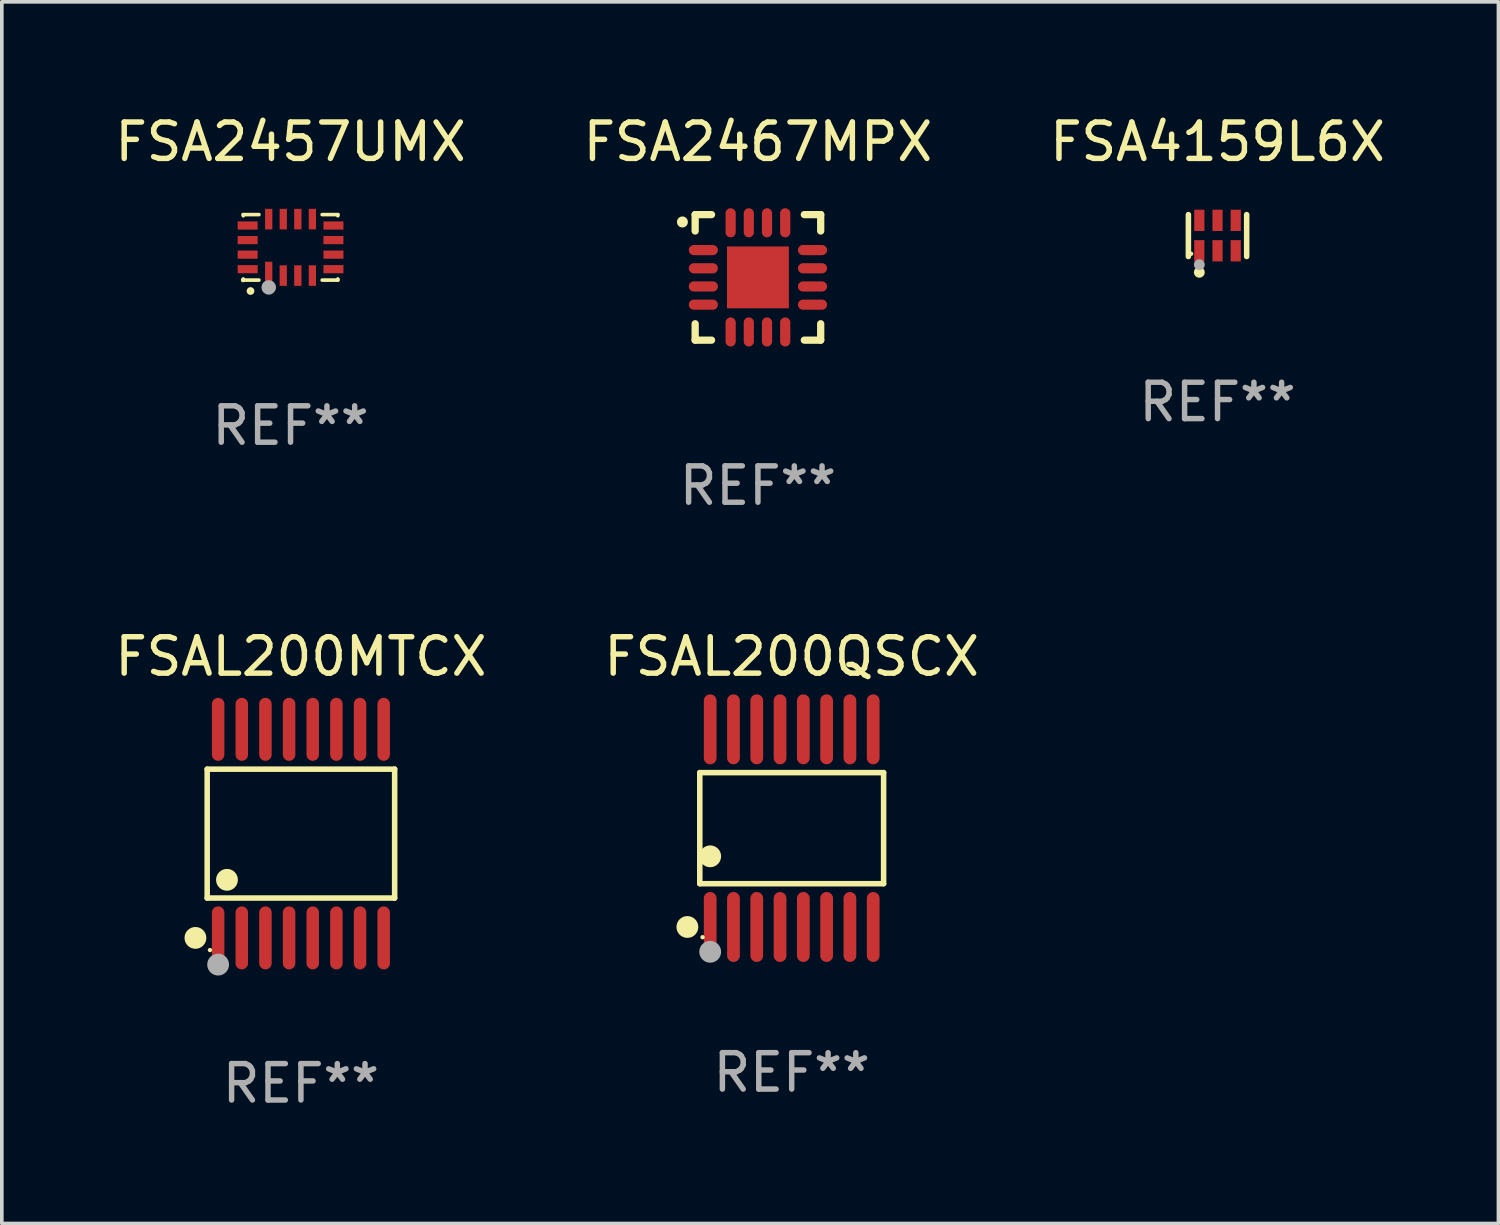
<source format=kicad_pcb>
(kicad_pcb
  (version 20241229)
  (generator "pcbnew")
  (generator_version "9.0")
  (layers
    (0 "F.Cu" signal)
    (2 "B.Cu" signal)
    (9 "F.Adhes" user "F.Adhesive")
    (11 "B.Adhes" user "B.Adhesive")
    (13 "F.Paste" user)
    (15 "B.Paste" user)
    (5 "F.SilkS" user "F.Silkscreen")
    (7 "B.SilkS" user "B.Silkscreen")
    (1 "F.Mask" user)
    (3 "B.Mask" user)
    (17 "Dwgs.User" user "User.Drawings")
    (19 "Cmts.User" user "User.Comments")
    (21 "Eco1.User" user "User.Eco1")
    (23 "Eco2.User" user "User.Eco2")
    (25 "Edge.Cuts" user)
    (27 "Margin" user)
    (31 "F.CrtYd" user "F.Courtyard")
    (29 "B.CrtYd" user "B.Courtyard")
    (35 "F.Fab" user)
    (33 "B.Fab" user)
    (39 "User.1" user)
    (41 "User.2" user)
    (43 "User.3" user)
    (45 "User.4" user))
  (footprint "FSAL200MTCX"
    (layer "F.Cu")
    (at 5.22 19.86)
    (property "Reference" "FSAL200MTCX" (at 0 -4.866 0) (layer "F.SilkS") (effects (font (size 1 1) (thickness 0.15))))
    (attr through_hole)
    (fp_line (start -2.576 -1.772) (end 2.576 -1.772) (stroke (width 0.152) (type solid)) (layer "F.SilkS"))
    (fp_line (start -2.576 1.771) (end -2.576 -1.772) (stroke (width 0.152) (type solid)) (layer "F.SilkS"))
    (fp_line (start 2.576 -1.772) (end 2.576 1.771) (stroke (width 0.152) (type solid)) (layer "F.SilkS"))
    (fp_line (start 2.576 1.771) (end -2.576 1.771) (stroke (width 0.152) (type solid)) (layer "F.SilkS"))
    (fp_circle (center -2.899 2.866) (end -2.749 2.866) (stroke (width 0.3) (type solid)) (fill no) (layer "F.SilkS"))
    (fp_circle (center -2.5 3.2) (end -2.47 3.2) (stroke (width 0.06) (type solid)) (fill no) (layer "F.SilkS"))
    (fp_circle (center -2.032 1.27) (end -1.882 1.27) (stroke (width 0.3) (type solid)) (fill no) (layer "F.SilkS"))
    (fp_circle (center -2.275 3.6) (end -2.125 3.6) (stroke (width 0.3) (type solid)) (fill no) (layer "F.Fab"))
    (fp_text user "REF**" (at 0 6.866 0) (layer "F.Fab") (effects (font (size 1 1) (thickness 0.15))))
    (pad "1" smd oval (at -2.275 2.866) (size 0.343 1.731) (layers "F.Cu" "F.Mask" "F.Paste"))
    (pad "2" smd oval (at -1.625 2.866) (size 0.343 1.731) (layers "F.Cu" "F.Mask" "F.Paste"))
    (pad "3" smd oval (at -0.975 2.866) (size 0.343 1.731) (layers "F.Cu" "F.Mask" "F.Paste"))
    (pad "4" smd oval (at -0.325 2.866) (size 0.343 1.731) (layers "F.Cu" "F.Mask" "F.Paste"))
    (pad "5" smd oval (at 0.325 2.866) (size 0.343 1.731) (layers "F.Cu" "F.Mask" "F.Paste"))
    (pad "6" smd oval (at 0.975 2.866) (size 0.343 1.731) (layers "F.Cu" "F.Mask" "F.Paste"))
    (pad "7" smd oval (at 1.625 2.866) (size 0.343 1.731) (layers "F.Cu" "F.Mask" "F.Paste"))
    (pad "8" smd oval (at 2.275 2.866) (size 0.343 1.731) (layers "F.Cu" "F.Mask" "F.Paste"))
    (pad "9" smd oval (at 2.275 -2.866) (size 0.343 1.731) (layers "F.Cu" "F.Mask" "F.Paste"))
    (pad "10" smd oval (at 1.625 -2.866) (size 0.343 1.731) (layers "F.Cu" "F.Mask" "F.Paste"))
    (pad "11" smd oval (at 0.975 -2.866) (size 0.343 1.731) (layers "F.Cu" "F.Mask" "F.Paste"))
    (pad "12" smd oval (at 0.325 -2.866) (size 0.343 1.731) (layers "F.Cu" "F.Mask" "F.Paste"))
    (pad "13" smd oval (at -0.325 -2.866) (size 0.343 1.731) (layers "F.Cu" "F.Mask" "F.Paste"))
    (pad "14" smd oval (at -0.975 -2.866) (size 0.343 1.731) (layers "F.Cu" "F.Mask" "F.Paste"))
    (pad "15" smd oval (at -1.625 -2.866) (size 0.343 1.731) (layers "F.Cu" "F.Mask" "F.Paste"))
    (pad "16" smd oval (at -2.275 -2.866) (size 0.343 1.731) (layers "F.Cu" "F.Mask" "F.Paste")))
  (footprint "FSA2467MPX"
    (layer "F.Cu")
    (at 17.78 4.573)
    (property "Reference" "FSA2467MPX" (at 0 -3.725 0) (layer "F.SilkS") (effects (font (size 1 1) (thickness 0.15))))
    (attr through_hole)
    (fp_line (start -1.725 -1.725) (end -1.275 -1.725) (stroke (width 0.2) (type solid)) (layer "F.SilkS"))
    (fp_line (start -1.725 -1.275) (end -1.725 -1.725) (stroke (width 0.2) (type solid)) (layer "F.SilkS"))
    (fp_line (start -1.725 1.725) (end -1.725 1.275) (stroke (width 0.2) (type solid)) (layer "F.SilkS"))
    (fp_line (start -1.275 1.725) (end -1.725 1.725) (stroke (width 0.2) (type solid)) (layer "F.SilkS"))
    (fp_line (start 1.275 -1.725) (end 1.725 -1.725) (stroke (width 0.2) (type solid)) (layer "F.SilkS"))
    (fp_line (start 1.275 1.725) (end 1.725 1.725) (stroke (width 0.2) (type solid)) (layer "F.SilkS"))
    (fp_line (start 1.725 -1.725) (end 1.725 -1.275) (stroke (width 0.2) (type solid)) (layer "F.SilkS"))
    (fp_line (start 1.725 1.725) (end 1.725 1.275) (stroke (width 0.2) (type solid)) (layer "F.SilkS"))
    (fp_arc (start -2.075184 -1.521463) (mid -2.075189 -1.522733) (end -2.075184 -1.524003) (stroke (width 0.3) (type solid)) (layer "F.SilkS"))
    (fp_text user "REF**" (at 0 5.725 0) (layer "F.Fab") (effects (font (size 1 1) (thickness 0.15))))
    (pad "1" smd oval (at -1.5 -0.75) (size 0.8 0.28) (layers "F.Cu" "F.Mask" "F.Paste"))
    (pad "2" smd oval (at -1.5 -0.25) (size 0.8 0.28) (layers "F.Cu" "F.Mask" "F.Paste"))
    (pad "3" smd oval (at -1.5 0.25) (size 0.8 0.28) (layers "F.Cu" "F.Mask" "F.Paste"))
    (pad "4" smd oval (at -1.5 0.75) (size 0.8 0.28) (layers "F.Cu" "F.Mask" "F.Paste"))
    (pad "5" smd oval (at -0.75 1.5) (size 0.28 0.8) (layers "F.Cu" "F.Mask" "F.Paste"))
    (pad "6" smd oval (at -0.25 1.5) (size 0.28 0.8) (layers "F.Cu" "F.Mask" "F.Paste"))
    (pad "7" smd oval (at 0.25 1.5) (size 0.28 0.8) (layers "F.Cu" "F.Mask" "F.Paste"))
    (pad "8" smd oval (at 0.75 1.5) (size 0.28 0.8) (layers "F.Cu" "F.Mask" "F.Paste"))
    (pad "9" smd oval (at 1.5 0.75) (size 0.8 0.28) (layers "F.Cu" "F.Mask" "F.Paste"))
    (pad "10" smd oval (at 1.5 0.25) (size 0.8 0.28) (layers "F.Cu" "F.Mask" "F.Paste"))
    (pad "11" smd oval (at 1.5 -0.25) (size 0.8 0.28) (layers "F.Cu" "F.Mask" "F.Paste"))
    (pad "12" smd oval (at 1.5 -0.75) (size 0.8 0.28) (layers "F.Cu" "F.Mask" "F.Paste"))
    (pad "13" smd oval (at 0.75 -1.5) (size 0.28 0.8) (layers "F.Cu" "F.Mask" "F.Paste"))
    (pad "14" smd oval (at 0.25 -1.5) (size 0.28 0.8) (layers "F.Cu" "F.Mask" "F.Paste"))
    (pad "15" smd oval (at -0.25 -1.5) (size 0.28 0.8) (layers "F.Cu" "F.Mask" "F.Paste"))
    (pad "16" smd oval (at -0.75 -1.5) (size 0.28 0.8) (layers "F.Cu" "F.Mask" "F.Paste"))
    (pad "17" smd rect (at 0.000076 0.000076) (size 1.7 1.7) (layers "F.Cu" "F.Mask" "F.Paste")))
  (footprint "FSAL200QSCX"
    (layer "F.Cu")
    (at 18.708 19.71)
    (property "Reference" "FSAL200QSCX" (at 0 -4.716 0) (layer "F.SilkS") (effects (font (size 1 1) (thickness 0.15))))
    (attr through_hole)
    (fp_line (start -2.526 -1.526) (end 2.526 -1.526) (stroke (width 0.152) (type solid)) (layer "F.SilkS"))
    (fp_line (start -2.526 1.526) (end -2.526 -1.526) (stroke (width 0.152) (type solid)) (layer "F.SilkS"))
    (fp_line (start 2.526 -1.526) (end 2.526 1.526) (stroke (width 0.152) (type solid)) (layer "F.SilkS"))
    (fp_line (start 2.526 1.526) (end -2.526 1.526) (stroke (width 0.152) (type solid)) (layer "F.SilkS"))
    (fp_circle (center -2.867 2.716) (end -2.717 2.716) (stroke (width 0.3) (type solid)) (fill no) (layer "F.SilkS"))
    (fp_circle (center -2.45 2.997) (end -2.42 2.997) (stroke (width 0.06) (type solid)) (fill no) (layer "F.SilkS"))
    (fp_circle (center -2.24 0.774) (end -2.09 0.774) (stroke (width 0.3) (type solid)) (fill no) (layer "F.SilkS"))
    (fp_circle (center -2.24 3.398) (end -2.09 3.398) (stroke (width 0.3) (type solid)) (fill no) (layer "F.Fab"))
    (fp_text user "REF**" (at 0 6.716 0) (layer "F.Fab") (effects (font (size 1 1) (thickness 0.15))))
    (pad "1" smd oval (at -2.24 2.716) (size 0.35 1.922) (layers "F.Cu" "F.Mask" "F.Paste"))
    (pad "2" smd oval (at -1.6 2.716) (size 0.35 1.922) (layers "F.Cu" "F.Mask" "F.Paste"))
    (pad "3" smd oval (at -0.96 2.716) (size 0.35 1.922) (layers "F.Cu" "F.Mask" "F.Paste"))
    (pad "4" smd oval (at -0.32 2.716) (size 0.35 1.922) (layers "F.Cu" "F.Mask" "F.Paste"))
    (pad "5" smd oval (at 0.32 2.716) (size 0.35 1.922) (layers "F.Cu" "F.Mask" "F.Paste"))
    (pad "6" smd oval (at 0.96 2.716) (size 0.35 1.922) (layers "F.Cu" "F.Mask" "F.Paste"))
    (pad "7" smd oval (at 1.6 2.716) (size 0.35 1.922) (layers "F.Cu" "F.Mask" "F.Paste"))
    (pad "8" smd oval (at 2.24 2.716) (size 0.35 1.922) (layers "F.Cu" "F.Mask" "F.Paste"))
    (pad "9" smd oval (at 2.24 -2.716) (size 0.35 1.922) (layers "F.Cu" "F.Mask" "F.Paste"))
    (pad "10" smd oval (at 1.6 -2.716) (size 0.35 1.922) (layers "F.Cu" "F.Mask" "F.Paste"))
    (pad "11" smd oval (at 0.96 -2.716) (size 0.35 1.922) (layers "F.Cu" "F.Mask" "F.Paste"))
    (pad "12" smd oval (at 0.32 -2.716) (size 0.35 1.922) (layers "F.Cu" "F.Mask" "F.Paste"))
    (pad "13" smd oval (at -0.32 -2.716) (size 0.35 1.922) (layers "F.Cu" "F.Mask" "F.Paste"))
    (pad "14" smd oval (at -0.96 -2.716) (size 0.35 1.922) (layers "F.Cu" "F.Mask" "F.Paste"))
    (pad "15" smd oval (at -1.6 -2.716) (size 0.35 1.922) (layers "F.Cu" "F.Mask" "F.Paste"))
    (pad "16" smd oval (at -2.24 -2.716) (size 0.35 1.922) (layers "F.Cu" "F.Mask" "F.Paste")))
  (footprint "FSA4159L6X"
    (layer "F.Cu")
    (at 30.411 3.424)
    (property "Reference" "FSA4159L6X" (at 0 -2.576 0) (layer "F.SilkS") (effects (font (size 1 1) (thickness 0.15))))
    (attr through_hole)
    (fp_line (start -0.801 0.576) (end -0.801 -0.576) (stroke (width 0.152) (type solid)) (layer "F.SilkS"))
    (fp_line (start 0.801 0.576) (end 0.801 -0.576) (stroke (width 0.152) (type solid)) (layer "F.SilkS"))
    (fp_circle (center -0.725 0.5) (end -0.695 0.5) (stroke (width 0.06) (type solid)) (fill no) (layer "F.SilkS"))
    (fp_circle (center -0.5 1.01) (end -0.425 1.01) (stroke (width 0.15) (type solid)) (fill no) (layer "F.SilkS"))
    (fp_circle (center -0.5 0.8) (end -0.425 0.8) (stroke (width 0.15) (type solid)) (fill no) (layer "F.Fab"))
    (fp_text user "REF**" (at 0 4.576 0) (layer "F.Fab") (effects (font (size 1 1) (thickness 0.15))))
    (pad "1" smd rect (at -0.5 0.418) (size 0.28 0.585) (layers "F.Cu" "F.Mask" "F.Paste"))
    (pad "2" smd rect (at 0 0.418) (size 0.28 0.585) (layers "F.Cu" "F.Mask" "F.Paste"))
    (pad "3" smd rect (at 0.5 0.418) (size 0.28 0.585) (layers "F.Cu" "F.Mask" "F.Paste"))
    (pad "4" smd rect (at 0.5 -0.418) (size 0.28 0.585) (layers "F.Cu" "F.Mask" "F.Paste"))
    (pad "5" smd rect (at 0 -0.418) (size 0.28 0.585) (layers "F.Cu" "F.Mask" "F.Paste"))
    (pad "6" smd rect (at -0.5 -0.418) (size 0.28 0.585) (layers "F.Cu" "F.Mask" "F.Paste")))
  (footprint "FSA2457UMX"
    (layer "F.Cu")
    (at 4.935 3.748)
    (property "Reference" "FSA2457UMX" (at 0 -2.9 0) (layer "F.SilkS") (effects (font (size 1 1) (thickness 0.15))))
    (attr through_hole)
    (fp_line (start -1.3 -0.9) (end -0.869 -0.9) (stroke (width 0.1) (type solid)) (layer "F.SilkS"))
    (fp_line (start -1.3 -0.869) (end -1.3 -0.9) (stroke (width 0.1) (type solid)) (layer "F.SilkS"))
    (fp_line (start -1.3 0.9) (end -1.3 0.869) (stroke (width 0.1) (type solid)) (layer "F.SilkS"))
    (fp_line (start -1.3 0.9) (end -0.869 0.9) (stroke (width 0.1) (type solid)) (layer "F.SilkS"))
    (fp_line (start 0.869 -0.9) (end 1.3 -0.9) (stroke (width 0.1) (type solid)) (layer "F.SilkS"))
    (fp_line (start 0.869 0.9) (end 1.3 0.9) (stroke (width 0.1) (type solid)) (layer "F.SilkS"))
    (fp_line (start 1.3 -0.9) (end 1.3 -0.869) (stroke (width 0.1) (type solid)) (layer "F.SilkS"))
    (fp_line (start 1.3 0.869) (end 1.3 0.9) (stroke (width 0.1) (type solid)) (layer "F.SilkS"))
    (fp_circle (center -1.305 0.9) (end -1.275 0.9) (stroke (width 0.06) (type solid)) (fill no) (layer "F.SilkS"))
    (fp_circle (center -1.1 1.2) (end -1.043 1.2) (stroke (width 0.1) (type solid)) (fill no) (layer "F.SilkS"))
    (fp_circle (center -0.6 1.1) (end -0.5 1.1) (stroke (width 0.2) (type solid)) (fill no) (layer "F.Fab"))
    (fp_text user "REF**" (at 0 4.9 0) (layer "F.Fab") (effects (font (size 1 1) (thickness 0.15))))
    (pad "1" smd rect (at -0.6 0.726 90) (size 0.663 0.2) (layers "F.Cu" "F.Mask" "F.Paste"))
    (pad "2" smd rect (at -0.2 0.776) (size 0.2 0.565) (layers "F.Cu" "F.Mask" "F.Paste"))
    (pad "3" smd rect (at 0.2 0.776) (size 0.2 0.565) (layers "F.Cu" "F.Mask" "F.Paste"))
    (pad "4" smd rect (at 0.6 0.776) (size 0.2 0.565) (layers "F.Cu" "F.Mask" "F.Paste"))
    (pad "5" smd rect (at 1.179 0.6) (size 0.55 0.225) (layers "F.Cu" "F.Mask" "F.Paste"))
    (pad "6" smd rect (at 1.179 0.2) (size 0.55 0.225) (layers "F.Cu" "F.Mask" "F.Paste"))
    (pad "7" smd rect (at 1.179 -0.2) (size 0.55 0.225) (layers "F.Cu" "F.Mask" "F.Paste"))
    (pad "8" smd rect (at 1.179 -0.6) (size 0.55 0.225) (layers "F.Cu" "F.Mask" "F.Paste"))
    (pad "9" smd rect (at 0.6 -0.776) (size 0.2 0.565) (layers "F.Cu" "F.Mask" "F.Paste"))
    (pad "10" smd rect (at 0.2 -0.776) (size 0.2 0.565) (layers "F.Cu" "F.Mask" "F.Paste"))
    (pad "11" smd rect (at -0.2 -0.776) (size 0.2 0.565) (layers "F.Cu" "F.Mask" "F.Paste"))
    (pad "12" smd rect (at -0.6 -0.776) (size 0.2 0.565) (layers "F.Cu" "F.Mask" "F.Paste"))
    (pad "13" smd rect (at -1.179 -0.6) (size 0.55 0.225) (layers "F.Cu" "F.Mask" "F.Paste"))
    (pad "14" smd rect (at -1.179 -0.2) (size 0.55 0.225) (layers "F.Cu" "F.Mask" "F.Paste"))
    (pad "15" smd rect (at -1.179 0.2) (size 0.55 0.225) (layers "F.Cu" "F.Mask" "F.Paste"))
    (pad "16" smd rect (at -1.179 0.6) (size 0.55 0.225) (layers "F.Cu" "F.Mask" "F.Paste")))
  (gr_rect
    (start -3 -3)
    (end 38.131 30.574)
    (stroke (width 0.1) (type default))
    (fill no)
    (layer "Edge.Cuts")))
</source>
